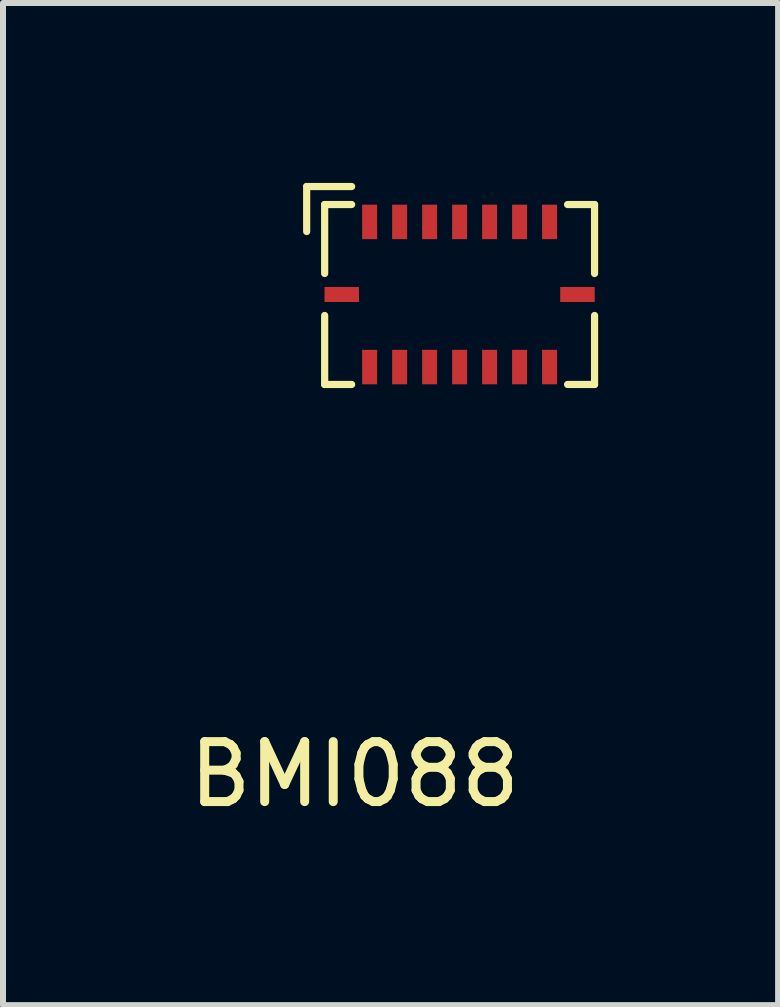
<source format=kicad_pcb>
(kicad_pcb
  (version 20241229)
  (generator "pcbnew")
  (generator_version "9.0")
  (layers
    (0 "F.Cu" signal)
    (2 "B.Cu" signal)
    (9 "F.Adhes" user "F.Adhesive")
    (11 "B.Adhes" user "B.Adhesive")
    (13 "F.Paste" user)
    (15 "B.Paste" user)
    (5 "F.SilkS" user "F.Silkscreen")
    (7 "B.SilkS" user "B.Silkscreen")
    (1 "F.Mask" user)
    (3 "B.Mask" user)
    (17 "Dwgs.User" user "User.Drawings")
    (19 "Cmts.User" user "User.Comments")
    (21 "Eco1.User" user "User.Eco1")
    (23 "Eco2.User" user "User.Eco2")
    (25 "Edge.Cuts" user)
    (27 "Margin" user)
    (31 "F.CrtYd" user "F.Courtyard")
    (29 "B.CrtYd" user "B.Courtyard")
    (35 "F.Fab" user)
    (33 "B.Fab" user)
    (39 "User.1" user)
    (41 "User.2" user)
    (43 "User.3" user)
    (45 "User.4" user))
  (footprint "BMI088"
    (layer "F.Cu")
    (at 4.613 1.86)
    (property "Reference" "BMI088" (at -1.75 8 0) (layer "F.SilkS") (effects (font (size 1 1) (thickness 0.15))))
    (attr through_hole)
    (fp_line (start -2.55 -1.8) (end -2.55 -1.05) (stroke (width 0.12) (type solid)) (layer "F.SilkS"))
    (fp_line (start -2.25 -1.5) (end -2.25 -0.35) (stroke (width 0.12) (type solid)) (layer "F.SilkS"))
    (fp_line (start -2.25 -1.5) (end -1.8 -1.5) (stroke (width 0.12) (type solid)) (layer "F.SilkS"))
    (fp_line (start -2.25 0.35) (end -2.25 1.5) (stroke (width 0.12) (type solid)) (layer "F.SilkS"))
    (fp_line (start -2.25 1.5) (end -1.8 1.5) (stroke (width 0.12) (type solid)) (layer "F.SilkS"))
    (fp_line (start -1.8 -1.8) (end -2.55 -1.8) (stroke (width 0.12) (type solid)) (layer "F.SilkS"))
    (fp_line (start 2.25 -1.5) (end 1.8 -1.5) (stroke (width 0.12) (type solid)) (layer "F.SilkS"))
    (fp_line (start 2.25 -1.5) (end 2.25 -0.35) (stroke (width 0.12) (type solid)) (layer "F.SilkS"))
    (fp_line (start 2.25 0.35) (end 2.25 1.5) (stroke (width 0.12) (type solid)) (layer "F.SilkS"))
    (fp_line (start 2.25 1.5) (end 1.8 1.5) (stroke (width 0.12) (type solid)) (layer "F.SilkS"))
    (pad "1" smd rect (at -1.5 -1.21 90) (size 0.575 0.25) (layers "F.Cu" "F.Mask" "F.Paste"))
    (pad "2" smd rect (at -1 -1.21 90) (size 0.575 0.25) (layers "F.Cu" "F.Mask" "F.Paste"))
    (pad "3" smd rect (at -0.5 -1.21 90) (size 0.575 0.25) (layers "F.Cu" "F.Mask" "F.Paste"))
    (pad "4" smd rect (at 0 -1.21 90) (size 0.575 0.25) (layers "F.Cu" "F.Mask" "F.Paste"))
    (pad "5" smd rect (at 0.5 -1.21 90) (size 0.575 0.25) (layers "F.Cu" "F.Mask" "F.Paste"))
    (pad "6" smd rect (at 1 -1.21 90) (size 0.575 0.25) (layers "F.Cu" "F.Mask" "F.Paste"))
    (pad "7" smd rect (at 1.5 -1.21 90) (size 0.575 0.25) (layers "F.Cu" "F.Mask" "F.Paste"))
    (pad "8" smd rect (at 1.965 0 180) (size 0.575 0.25) (layers "F.Cu" "F.Mask" "F.Paste"))
    (pad "9" smd rect (at 1.5 1.21 90) (size 0.575 0.25) (layers "F.Cu" "F.Mask" "F.Paste"))
    (pad "10" smd rect (at 1 1.21 90) (size 0.575 0.25) (layers "F.Cu" "F.Mask" "F.Paste"))
    (pad "11" smd rect (at 0.5 1.21 90) (size 0.575 0.25) (layers "F.Cu" "F.Mask" "F.Paste"))
    (pad "12" smd rect (at 0 1.21 90) (size 0.575 0.25) (layers "F.Cu" "F.Mask" "F.Paste"))
    (pad "13" smd rect (at -0.5 1.21 90) (size 0.575 0.25) (layers "F.Cu" "F.Mask" "F.Paste"))
    (pad "14" smd rect (at -1 1.21 90) (size 0.575 0.25) (layers "F.Cu" "F.Mask" "F.Paste"))
    (pad "15" smd rect (at -1.5 1.21 90) (size 0.575 0.25) (layers "F.Cu" "F.Mask" "F.Paste"))
    (pad "16" smd rect (at -1.965 0 180) (size 0.575 0.25) (layers "F.Cu" "F.Mask" "F.Paste")))
  (gr_rect
    (start -3 -3)
    (end 9.923 13.708)
    (stroke (width 0.1) (type default))
    (fill no)
    (layer "Edge.Cuts")))
</source>
